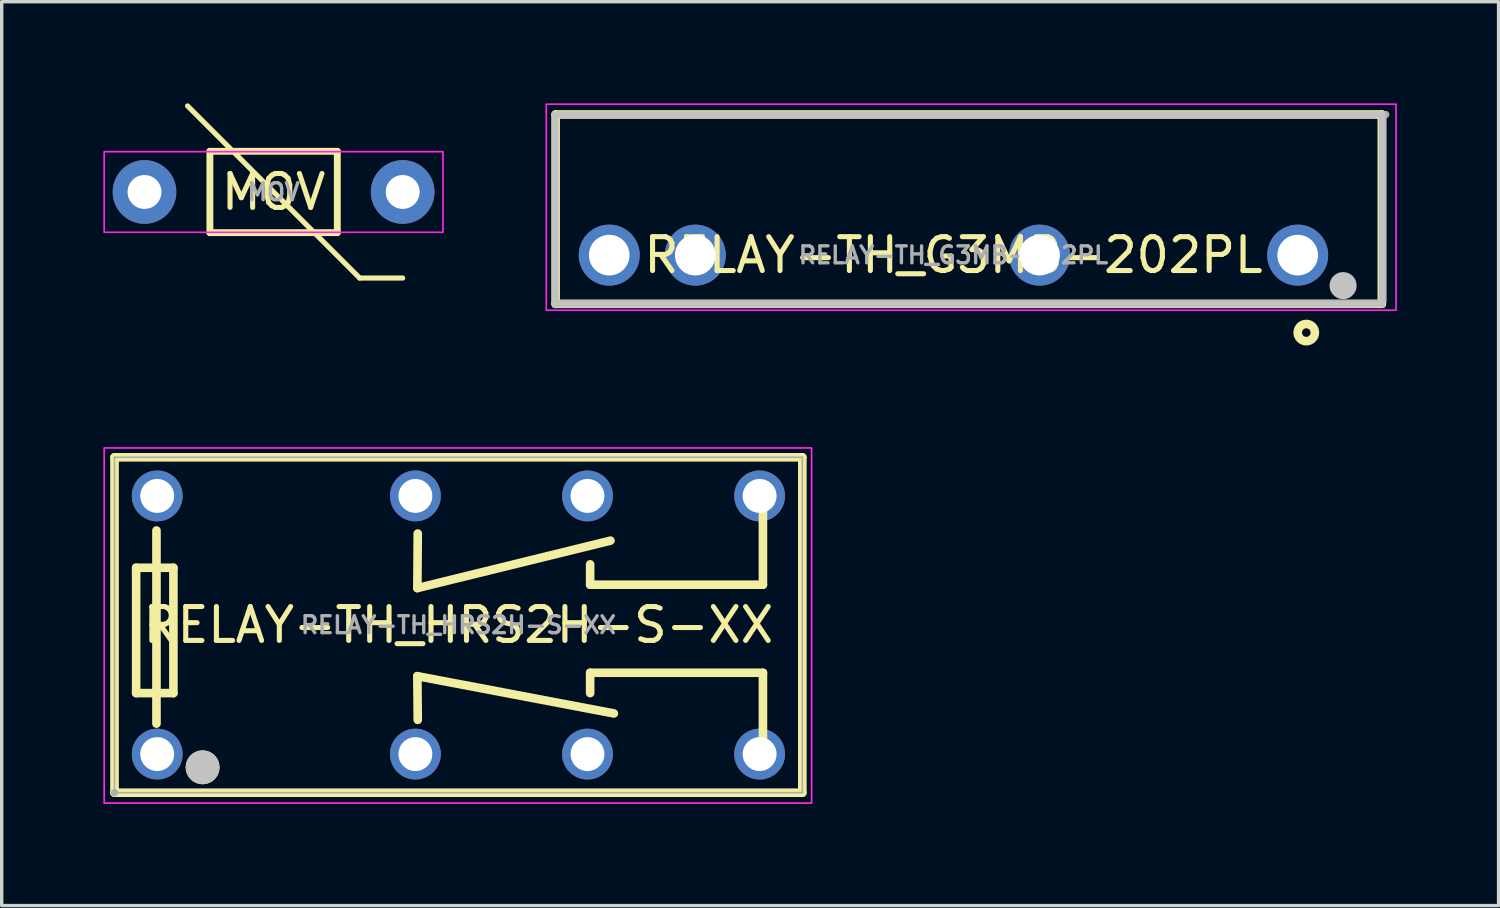
<source format=kicad_pcb>
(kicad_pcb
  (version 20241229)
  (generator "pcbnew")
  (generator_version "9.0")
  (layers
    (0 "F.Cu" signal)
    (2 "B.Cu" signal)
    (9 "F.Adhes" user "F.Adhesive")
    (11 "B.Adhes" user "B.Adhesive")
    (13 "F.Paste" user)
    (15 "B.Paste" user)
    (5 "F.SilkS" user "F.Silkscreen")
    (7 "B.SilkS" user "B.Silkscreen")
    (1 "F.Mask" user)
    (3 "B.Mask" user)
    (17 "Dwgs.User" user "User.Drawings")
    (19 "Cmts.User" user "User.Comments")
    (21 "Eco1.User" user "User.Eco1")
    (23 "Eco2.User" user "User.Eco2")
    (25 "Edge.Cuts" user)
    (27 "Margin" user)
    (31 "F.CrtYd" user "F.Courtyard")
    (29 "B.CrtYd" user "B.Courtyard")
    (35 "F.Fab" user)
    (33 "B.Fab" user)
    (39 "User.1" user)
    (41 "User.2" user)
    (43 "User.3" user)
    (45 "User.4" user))
  (footprint "RELAY-TH_HRS2H-S-XX"
    (layer "F.Cu")
    (at 10.48 15.397)
    (property "Reference" "RELAY-TH_HRS2H-S-XX" (at 0 0 0) (layer "F.SilkS") (effects (font (size 1 1) (thickness 0.15))))
    (fp_line (start -10.15 -4.95) (end 10.15 -4.95) (stroke (width 0.254) (type default)) (layer "F.SilkS"))
    (fp_line (start -10.15 4.95) (end -10.15 -4.95) (stroke (width 0.254) (type default)) (layer "F.SilkS"))
    (fp_line (start -9.512 -1.69) (end -8.412 -1.69) (stroke (width 0.254) (type default)) (layer "F.SilkS"))
    (fp_line (start -9.512 2.01) (end -9.512 -1.69) (stroke (width 0.254) (type default)) (layer "F.SilkS"))
    (fp_line (start -8.912 -2.79) (end -8.912 2.91) (stroke (width 0.254) (type default)) (layer "F.SilkS"))
    (fp_line (start -8.412 -1.69) (end -8.412 2.01) (stroke (width 0.254) (type default)) (layer "F.SilkS"))
    (fp_line (start -8.412 2.01) (end -9.512 2.01) (stroke (width 0.254) (type default)) (layer "F.SilkS"))
    (fp_line (start -1.212 -1.09) (end 4.487 -2.49) (stroke (width 0.254) (type default)) (layer "F.SilkS"))
    (fp_line (start -1.212 1.51) (end 4.588 2.61) (stroke (width 0.254) (type default)) (layer "F.SilkS"))
    (fp_line (start -1.2 -2.7) (end -1.212 -1.09) (stroke (width 0.254) (type default)) (layer "F.SilkS"))
    (fp_line (start -1.2 2.8) (end -1.212 1.51) (stroke (width 0.254) (type default)) (layer "F.SilkS"))
    (fp_line (start 3.888 -1.19) (end 3.888 -1.79) (stroke (width 0.254) (type default)) (layer "F.SilkS"))
    (fp_line (start 3.888 1.41) (end 3.888 2.01) (stroke (width 0.254) (type default)) (layer "F.SilkS"))
    (fp_line (start 8.988 -3.69) (end 8.988 -1.19) (stroke (width 0.254) (type default)) (layer "F.SilkS"))
    (fp_line (start 8.988 -1.19) (end 3.888 -1.19) (stroke (width 0.254) (type default)) (layer "F.SilkS"))
    (fp_line (start 8.988 1.41) (end 3.888 1.41) (stroke (width 0.254) (type default)) (layer "F.SilkS"))
    (fp_line (start 8.988 3.91) (end 8.988 1.41) (stroke (width 0.254) (type default)) (layer "F.SilkS"))
    (fp_line (start 10.15 -4.95) (end 10.15 4.95) (stroke (width 0.254) (type default)) (layer "F.SilkS"))
    (fp_line (start 10.15 4.95) (end -10.15 4.95) (stroke (width 0.254) (type default)) (layer "F.SilkS"))
    (fp_circle (center -7.55 4.2) (end -7.3 4.2) (stroke (width 0.5) (type default)) (fill no) (layer "F.SilkS"))
    (fp_circle (center -7.55 4.2) (end -7.3 4.2) (stroke (width 0.5) (type default)) (fill no) (layer "Dwgs.User"))
    (fp_rect (start -10.455 -5.226) (end 10.425 5.255) (stroke (width 0.05) (type default)) (fill no) (layer "F.CrtYd"))
    (fp_line (start -10.15 -4.95) (end 10.15 -4.95) (stroke (width 0.051) (type default)) (layer "F.Fab"))
    (fp_line (start -10.15 4.95) (end -10.15 -4.95) (stroke (width 0.051) (type default)) (layer "F.Fab"))
    (fp_line (start 10.15 -4.95) (end 10.15 4.95) (stroke (width 0.051) (type default)) (layer "F.Fab"))
    (fp_line (start 10.15 4.95) (end -10.15 4.95) (stroke (width 0.051) (type default)) (layer "F.Fab"))
    (fp_poly (pts (xy -10.095 4.927) (xy -10.127 4.895) (xy -10.173 4.895) (xy -10.205 4.927) (xy -10.205 4.973) (xy -10.173 5.005) (xy -10.127 5.005) (xy -10.095 4.973)) (stroke (width 0.1) (type default)) (fill no) (layer "F.Fab"))
    (fp_poly (pts (xy -9.14 -4.06) (xy -8.64 -4.06) (xy -8.64 -3.56) (xy -9.14 -3.56)) (stroke (width 0.1) (type default)) (fill no) (layer "User.1"))
    (fp_poly (pts (xy -9.14 3.56) (xy -8.64 3.56) (xy -8.64 4.06) (xy -9.14 4.06)) (stroke (width 0.1) (type default)) (fill no) (layer "User.1"))
    (fp_poly (pts (xy -1.52 -3.61) (xy -1.52 -4.01) (xy -1.02 -4.01) (xy -1.02 -3.61)) (stroke (width 0.1) (type default)) (fill no) (layer "User.1"))
    (fp_poly (pts (xy -1.52 4.01) (xy -1.52 3.61) (xy -1.02 3.61) (xy -1.02 4.01)) (stroke (width 0.1) (type default)) (fill no) (layer "User.1"))
    (fp_poly (pts (xy 3.56 -3.61) (xy 3.56 -4.01) (xy 4.06 -4.01) (xy 4.06 -3.61)) (stroke (width 0.1) (type default)) (fill no) (layer "User.1"))
    (fp_poly (pts (xy 3.56 4.01) (xy 3.56 3.61) (xy 4.06 3.61) (xy 4.06 4.01)) (stroke (width 0.1) (type default)) (fill no) (layer "User.1"))
    (fp_poly (pts (xy 8.64 -3.61) (xy 8.64 -4.01) (xy 9.14 -4.01) (xy 9.14 -3.61)) (stroke (width 0.1) (type default)) (fill no) (layer "User.1"))
    (fp_poly (pts (xy 8.64 4.01) (xy 8.64 3.61) (xy 9.14 3.61) (xy 9.14 4.01)) (stroke (width 0.1) (type default)) (fill no) (layer "User.1"))
    (fp_text user "${REFERENCE}" (at 0 0 0) (layer "F.Fab") (effects (font (size 0.5 0.5) (thickness 0.1))))
    (pad "1" thru_hole circle (at -8.89 3.81) (size 1.5 1.5) (drill 1) (layers "*.Cu" "*.Mask"))
    (pad "2" thru_hole circle (at -8.89 -3.81) (size 1.5 1.5) (drill 1) (layers "*.Cu" "*.Mask"))
    (pad "3" thru_hole circle (at -1.27 3.81) (size 1.5 1.5) (drill 1) (layers "*.Cu" "*.Mask"))
    (pad "4" thru_hole circle (at 3.81 3.81) (size 1.5 1.5) (drill 1) (layers "*.Cu" "*.Mask"))
    (pad "5" thru_hole circle (at 8.89 3.81) (size 1.5 1.5) (drill 1) (layers "*.Cu" "*.Mask"))
    (pad "6" thru_hole circle (at 8.89 -3.81) (size 1.5 1.5) (drill 1) (layers "*.Cu" "*.Mask"))
    (pad "7" thru_hole circle (at 3.81 -3.81) (size 1.5 1.5) (drill 1) (layers "*.Cu" "*.Mask"))
    (pad "8" thru_hole circle (at -1.27 -3.81) (size 1.5 1.5) (drill 1) (layers "*.Cu" "*.Mask")))
  (footprint "MOV"
    (layer "F.Cu")
    (at 5.025 2.616)
    (property "Reference" "MOV" (at 0 0 0) (layer "F.SilkS") (effects (font (size 1 1) (thickness 0.15))))
    (fp_line (start -2.54 -2.54) (end 2.54 2.54) (stroke (width 0.152) (type default)) (layer "F.SilkS"))
    (fp_line (start -1.88 -1.2) (end 1.88 -1.2) (stroke (width 0.203) (type default)) (layer "F.SilkS"))
    (fp_line (start -1.88 1.2) (end -1.88 -1.2) (stroke (width 0.203) (type default)) (layer "F.SilkS"))
    (fp_line (start 1.88 -1.2) (end 1.88 1.2) (stroke (width 0.203) (type default)) (layer "F.SilkS"))
    (fp_line (start 1.88 1.2) (end -1.88 1.2) (stroke (width 0.203) (type default)) (layer "F.SilkS"))
    (fp_line (start 2.54 2.54) (end 3.81 2.54) (stroke (width 0.152) (type default)) (layer "F.SilkS"))
    (fp_rect (start -5 -1.19) (end 5 1.19) (stroke (width 0.05) (type default)) (fill no) (layer "F.CrtYd"))
    (fp_text user "${REFERENCE}" (at 0 0 0) (layer "F.Fab") (effects (font (size 0.5 0.5) (thickness 0.1))))
    (pad "P$1" thru_hole circle (at -3.81 0) (size 1.879 1.879) (drill oval 1 1) (layers "*.Cu" "*.Mask"))
    (pad "P$2" thru_hole circle (at 3.81 0) (size 1.879 1.879) (drill oval 1 1) (layers "*.Cu" "*.Mask")))
  (footprint "RELAY-TH_G3MB-202PL"
    (layer "F.Cu")
    (at 25.091 4.48)
    (property "Reference" "RELAY-TH_G3MB-202PL" (at 0 0 0) (layer "F.SilkS") (effects (font (size 1 1) (thickness 0.15))))
    (fp_line (start -11.742 -4.151) (end 12.643 -4.151) (stroke (width 0.254) (type default)) (layer "F.SilkS"))
    (fp_line (start -11.742 1.438) (end -11.742 -4.151) (stroke (width 0.254) (type default)) (layer "F.SilkS"))
    (fp_line (start 12.643 -4.151) (end 12.643 1.438) (stroke (width 0.254) (type default)) (layer "F.SilkS"))
    (fp_line (start 12.643 1.438) (end -11.742 1.438) (stroke (width 0.254) (type default)) (layer "F.SilkS"))
    (fp_circle (center 10.414 2.286) (end 10.668 2.286) (stroke (width 0.254) (type default)) (fill no) (layer "F.SilkS"))
    (fp_circle (center 11.5 0.9) (end 11.7 0.9) (stroke (width 0.4) (type default)) (fill no) (layer "Dwgs.User"))
    (fp_poly (pts (xy 12.7 1.5) (xy 12.6 1.5) (xy 12.6 -4.1) (xy -11.7 -4.1) (xy -11.7 1.4) (xy 12.5 1.4) (xy 12.5 1.5) (xy -11.8 1.5) (xy -11.8 -4.2) (xy 12.7 -4.2)) (stroke (width 0.1) (type default)) (fill no) (layer "Dwgs.User"))
    (fp_rect (start -12.017 -4.455) (end 13.064 1.626) (stroke (width 0.05) (type default)) (fill no) (layer "F.CrtYd"))
    (fp_line (start -11.742 -4.149) (end 12.758 -4.149) (stroke (width 0.051) (type default)) (layer "F.Fab"))
    (fp_line (start -11.742 1.351) (end -11.742 -4.149) (stroke (width 0.051) (type default)) (layer "F.Fab"))
    (fp_line (start 12.758 -4.149) (end 12.758 1.351) (stroke (width 0.051) (type default)) (layer "F.Fab"))
    (fp_line (start 12.758 1.351) (end -11.742 1.351) (stroke (width 0.051) (type default)) (layer "F.Fab"))
    (fp_poly (pts (xy 12.814 -4.172) (xy 12.781 -4.205) (xy 12.736 -4.205) (xy 12.703 -4.172) (xy 12.703 -4.127) (xy 12.736 -4.094) (xy 12.781 -4.094) (xy 12.814 -4.127)) (stroke (width 0.1) (type default)) (fill no) (layer "F.Fab"))
    (fp_poly (pts (xy -9.664 -0.015) (xy -9.698 -0.141) (xy -9.763 -0.254) (xy -9.856 -0.347) (xy -9.969 -0.412) (xy -10.095 -0.446) (xy -10.225 -0.446) (xy -10.351 -0.412) (xy -10.464 -0.347) (xy -10.557 -0.254) (xy -10.622 -0.141) (xy -10.656 -0.015) (xy -10.656 0.115) (xy -10.622 0.241) (xy -10.557 0.354) (xy -10.464 0.447) (xy -10.351 0.512) (xy -10.225 0.546) (xy -10.095 0.546) (xy -9.969 0.512) (xy -9.856 0.447) (xy -9.763 0.354) (xy -9.698 0.241) (xy -9.664 0.115)) (stroke (width 0.1) (type default)) (fill no) (layer "User.1"))
    (fp_poly (pts (xy -7.124 -0.015) (xy -7.158 -0.141) (xy -7.223 -0.254) (xy -7.316 -0.347) (xy -7.429 -0.412) (xy -7.555 -0.446) (xy -7.685 -0.446) (xy -7.811 -0.412) (xy -7.924 -0.347) (xy -8.017 -0.254) (xy -8.082 -0.141) (xy -8.116 -0.015) (xy -8.116 0.115) (xy -8.082 0.241) (xy -8.017 0.354) (xy -7.924 0.447) (xy -7.811 0.512) (xy -7.685 0.546) (xy -7.555 0.546) (xy -7.429 0.512) (xy -7.316 0.447) (xy -7.223 0.354) (xy -7.158 0.241) (xy -7.124 0.115)) (stroke (width 0.1) (type default)) (fill no) (layer "User.1"))
    (fp_poly (pts (xy 3.036 -0.015) (xy 3.002 -0.141) (xy 2.937 -0.254) (xy 2.844 -0.347) (xy 2.731 -0.412) (xy 2.605 -0.446) (xy 2.475 -0.446) (xy 2.349 -0.412) (xy 2.236 -0.347) (xy 2.143 -0.254) (xy 2.078 -0.141) (xy 2.044 -0.015) (xy 2.044 0.115) (xy 2.078 0.241) (xy 2.143 0.354) (xy 2.236 0.447) (xy 2.349 0.512) (xy 2.475 0.546) (xy 2.605 0.546) (xy 2.731 0.512) (xy 2.844 0.447) (xy 2.937 0.354) (xy 3.002 0.241) (xy 3.036 0.115)) (stroke (width 0.1) (type default)) (fill no) (layer "User.1"))
    (fp_poly (pts (xy 10.656 -0.015) (xy 10.622 -0.141) (xy 10.557 -0.254) (xy 10.464 -0.347) (xy 10.351 -0.412) (xy 10.225 -0.446) (xy 10.095 -0.446) (xy 9.969 -0.412) (xy 9.856 -0.347) (xy 9.763 -0.254) (xy 9.698 -0.141) (xy 9.664 -0.015) (xy 9.664 0.115) (xy 9.698 0.241) (xy 9.763 0.354) (xy 9.856 0.447) (xy 9.969 0.512) (xy 10.095 0.546) (xy 10.225 0.546) (xy 10.351 0.512) (xy 10.464 0.447) (xy 10.557 0.354) (xy 10.622 0.241) (xy 10.656 0.115)) (stroke (width 0.1) (type default)) (fill no) (layer "User.1"))
    (fp_text user "${REFERENCE}" (at 0 0 0) (layer "F.Fab") (effects (font (size 0.5 0.5) (thickness 0.1))))
    (pad "1" thru_hole circle (at 10.16 0) (size 1.8 1.8) (drill 1.2) (layers "*.Cu" "*.Mask"))
    (pad "2" thru_hole circle (at 2.54 0) (size 1.8 1.8) (drill 1.2) (layers "*.Cu" "*.Mask"))
    (pad "3" thru_hole circle (at -7.62 0) (size 1.8 1.8) (drill 1.2) (layers "*.Cu" "*.Mask"))
    (pad "4" thru_hole circle (at -10.16 0) (size 1.8 1.8) (drill 1.2) (layers "*.Cu" "*.Mask")))
  (gr_rect
    (start -3 -3)
    (end 41.18 23.678)
    (stroke (width 0.1) (type default))
    (fill no)
    (layer "Edge.Cuts")))
</source>
